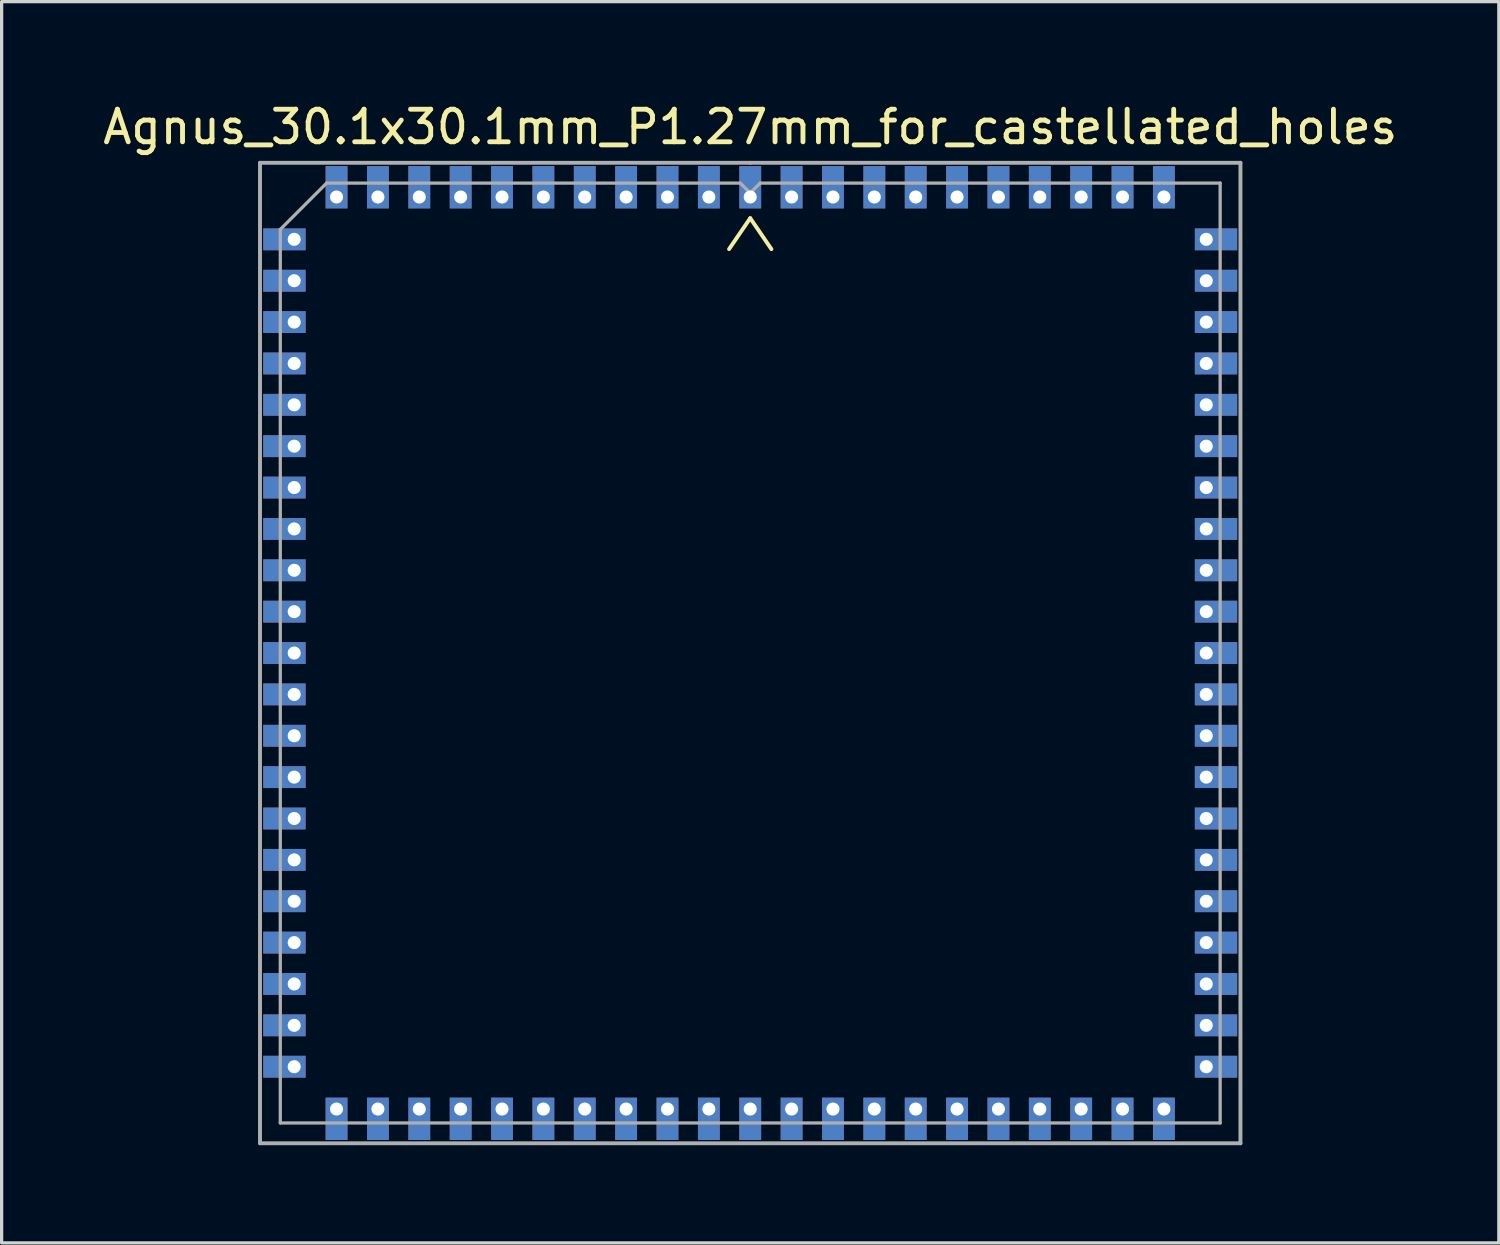
<source format=kicad_pcb>
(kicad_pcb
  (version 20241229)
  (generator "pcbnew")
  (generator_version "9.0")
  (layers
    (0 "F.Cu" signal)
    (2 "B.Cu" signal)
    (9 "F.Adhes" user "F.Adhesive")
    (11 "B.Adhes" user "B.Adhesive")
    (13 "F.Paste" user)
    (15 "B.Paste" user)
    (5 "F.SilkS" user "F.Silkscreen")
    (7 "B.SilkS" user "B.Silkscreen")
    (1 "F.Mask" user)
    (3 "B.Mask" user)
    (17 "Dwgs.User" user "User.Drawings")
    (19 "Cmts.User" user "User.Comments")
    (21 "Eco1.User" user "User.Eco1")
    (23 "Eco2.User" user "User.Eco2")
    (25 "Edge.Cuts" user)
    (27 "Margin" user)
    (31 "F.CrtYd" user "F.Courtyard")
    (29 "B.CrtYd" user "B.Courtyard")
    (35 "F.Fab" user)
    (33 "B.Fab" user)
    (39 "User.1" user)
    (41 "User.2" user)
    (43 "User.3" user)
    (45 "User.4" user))
  (footprint "Agnus_30.1x30.1mm_P1.27mm_for_castellated_holes"
    (layer "F.Cu")
    (at 19.982 16.998)
    (property "Reference" "Agnus_30.1x30.1mm_P1.27mm_for_castellated_holes" (at 0 -16.15 0) (layer "F.SilkS") (effects (font (size 1 1) (thickness 0.15))))
    (attr smd)
    (fp_line (start -0.65 -12.4) (end 0 -13.35) (stroke (width 0.12) (type solid)) (layer "F.SilkS"))
    (fp_line (start 0.65 -12.4) (end 0 -13.35) (stroke (width 0.12) (type solid)) (layer "F.SilkS"))
    (fp_line (start -15.05 -15.05) (end 0 -15.05) (stroke (width 0.12) (type solid)) (layer "F.Fab"))
    (fp_line (start -15.05 15.05) (end -15.05 -15.05) (stroke (width 0.12) (type solid)) (layer "F.Fab"))
    (fp_line (start -14.427 -13.005) (end -13.005 -14.427) (stroke (width 0.1) (type solid)) (layer "F.Fab"))
    (fp_line (start -14.427 14.427) (end -14.427 -13.005) (stroke (width 0.1) (type solid)) (layer "F.Fab"))
    (fp_line (start -13.005 -14.427) (end -0.305 -14.427) (stroke (width 0.1) (type solid)) (layer "F.Fab"))
    (fp_line (start -0.305 -14.427) (end 0 -14.122) (stroke (width 0.1) (type solid)) (layer "F.Fab"))
    (fp_line (start 0 -15.05) (end 15.05 -15.05) (stroke (width 0.12) (type solid)) (layer "F.Fab"))
    (fp_line (start 0.305 -14.427) (end 0 -14.122) (stroke (width 0.1) (type solid)) (layer "F.Fab"))
    (fp_line (start 0.305 -14.427) (end 14.427 -14.427) (stroke (width 0.1) (type solid)) (layer "F.Fab"))
    (fp_line (start 14.427 -14.427) (end 14.427 14.427) (stroke (width 0.1) (type solid)) (layer "F.Fab"))
    (fp_line (start 14.427 14.427) (end -14.427 14.427) (stroke (width 0.1) (type solid)) (layer "F.Fab"))
    (fp_line (start 15.05 -15.05) (end 15.05 15.05) (stroke (width 0.12) (type solid)) (layer "F.Fab"))
    (fp_line (start 15.05 15.05) (end -15.05 15.05) (stroke (width 0.12) (type solid)) (layer "F.Fab"))
    (pad "1" thru_hole rect (at 0 -14) (size 0.67 1.3) (drill 0.4 (offset 0 -0.3)) (layers "*.Cu" "*.Mask"))
    (pad "2" thru_hole rect (at -1.27 -14) (size 0.67 1.3) (drill 0.4 (offset 0 -0.3)) (layers "*.Cu" "*.Mask"))
    (pad "3" thru_hole rect (at -2.54 -14) (size 0.67 1.3) (drill 0.4 (offset 0 -0.3)) (layers "*.Cu" "*.Mask"))
    (pad "4" thru_hole rect (at -3.81 -14) (size 0.67 1.3) (drill 0.4 (offset 0 -0.3)) (layers "*.Cu" "*.Mask"))
    (pad "5" thru_hole rect (at -5.08 -14) (size 0.67 1.3) (drill 0.4 (offset 0 -0.3)) (layers "*.Cu" "*.Mask"))
    (pad "6" thru_hole rect (at -6.35 -14) (size 0.67 1.3) (drill 0.4 (offset 0 -0.3)) (layers "*.Cu" "*.Mask"))
    (pad "7" thru_hole rect (at -7.62 -14) (size 0.67 1.3) (drill 0.4 (offset 0 -0.3)) (layers "*.Cu" "*.Mask"))
    (pad "8" thru_hole rect (at -8.89 -14) (size 0.67 1.3) (drill 0.4 (offset 0 -0.3)) (layers "*.Cu" "*.Mask"))
    (pad "9" thru_hole rect (at -10.16 -14) (size 0.67 1.3) (drill 0.4 (offset 0 -0.3)) (layers "*.Cu" "*.Mask"))
    (pad "10" thru_hole rect (at -11.43 -14) (size 0.67 1.3) (drill 0.4 (offset 0 -0.3)) (layers "*.Cu" "*.Mask"))
    (pad "11" thru_hole rect (at -12.7 -14) (size 0.67 1.3) (drill 0.4 (offset 0 -0.3)) (layers "*.Cu" "*.Mask"))
    (pad "12" thru_hole rect (at -14 -12.7) (size 1.3 0.67) (drill 0.4 (offset -0.3 0)) (layers "*.Cu" "*.Mask"))
    (pad "13" thru_hole rect (at -14 -11.43) (size 1.3 0.67) (drill 0.4 (offset -0.3 0)) (layers "*.Cu" "*.Mask"))
    (pad "14" thru_hole rect (at -14 -10.16) (size 1.3 0.67) (drill 0.4 (offset -0.3 0)) (layers "*.Cu" "*.Mask"))
    (pad "15" thru_hole rect (at -14 -8.89) (size 1.3 0.67) (drill 0.4 (offset -0.3 0)) (layers "*.Cu" "*.Mask"))
    (pad "16" thru_hole rect (at -14 -7.62) (size 1.3 0.67) (drill 0.4 (offset -0.3 0)) (layers "*.Cu" "*.Mask"))
    (pad "17" thru_hole rect (at -14 -6.35) (size 1.3 0.67) (drill 0.4 (offset -0.3 0)) (layers "*.Cu" "*.Mask"))
    (pad "18" thru_hole rect (at -14 -5.08) (size 1.3 0.67) (drill 0.4 (offset -0.3 0)) (layers "*.Cu" "*.Mask"))
    (pad "19" thru_hole rect (at -14 -3.81) (size 1.3 0.67) (drill 0.4 (offset -0.3 0)) (layers "*.Cu" "*.Mask"))
    (pad "20" thru_hole rect (at -14 -2.54) (size 1.3 0.67) (drill 0.4 (offset -0.3 0)) (layers "*.Cu" "*.Mask"))
    (pad "21" thru_hole rect (at -14 -1.27) (size 1.3 0.67) (drill 0.4 (offset -0.3 0)) (layers "*.Cu" "*.Mask"))
    (pad "22" thru_hole rect (at -14 0) (size 1.3 0.67) (drill 0.4 (offset -0.3 0)) (layers "*.Cu" "*.Mask"))
    (pad "23" thru_hole rect (at -14 1.27) (size 1.3 0.67) (drill 0.4 (offset -0.3 0)) (layers "*.Cu" "*.Mask"))
    (pad "24" thru_hole rect (at -14 2.54) (size 1.3 0.67) (drill 0.4 (offset -0.3 0)) (layers "*.Cu" "*.Mask"))
    (pad "25" thru_hole rect (at -14 3.81) (size 1.3 0.67) (drill 0.4 (offset -0.3 0)) (layers "*.Cu" "*.Mask"))
    (pad "26" thru_hole rect (at -14 5.08) (size 1.3 0.67) (drill 0.4 (offset -0.3 0)) (layers "*.Cu" "*.Mask"))
    (pad "27" thru_hole rect (at -14 6.35) (size 1.3 0.67) (drill 0.4 (offset -0.3 0)) (layers "*.Cu" "*.Mask"))
    (pad "28" thru_hole rect (at -14 7.62) (size 1.3 0.67) (drill 0.4 (offset -0.3 0)) (layers "*.Cu" "*.Mask"))
    (pad "29" thru_hole rect (at -14 8.89) (size 1.3 0.67) (drill 0.4 (offset -0.3 0)) (layers "*.Cu" "*.Mask"))
    (pad "30" thru_hole rect (at -14 10.16) (size 1.3 0.67) (drill 0.4 (offset -0.3 0)) (layers "*.Cu" "*.Mask"))
    (pad "31" thru_hole rect (at -14 11.43) (size 1.3 0.67) (drill 0.4 (offset -0.3 0)) (layers "*.Cu" "*.Mask"))
    (pad "32" thru_hole rect (at -14 12.7) (size 1.3 0.67) (drill 0.4 (offset -0.3 0)) (layers "*.Cu" "*.Mask"))
    (pad "33" thru_hole rect (at -12.7 14) (size 0.67 1.3) (drill 0.4 (offset 0 0.3)) (layers "*.Cu" "*.Mask"))
    (pad "34" thru_hole rect (at -11.43 14) (size 0.67 1.3) (drill 0.4 (offset 0 0.3)) (layers "*.Cu" "*.Mask"))
    (pad "35" thru_hole rect (at -10.16 14) (size 0.67 1.3) (drill 0.4 (offset 0 0.3)) (layers "*.Cu" "*.Mask"))
    (pad "36" thru_hole rect (at -8.89 14) (size 0.67 1.3) (drill 0.4 (offset 0 0.3)) (layers "*.Cu" "*.Mask"))
    (pad "37" thru_hole rect (at -7.62 14) (size 0.67 1.3) (drill 0.4 (offset 0 0.3)) (layers "*.Cu" "*.Mask"))
    (pad "38" thru_hole rect (at -6.35 14) (size 0.67 1.3) (drill 0.4 (offset 0 0.3)) (layers "*.Cu" "*.Mask"))
    (pad "39" thru_hole rect (at -5.08 14) (size 0.67 1.3) (drill 0.4 (offset 0 0.3)) (layers "*.Cu" "*.Mask"))
    (pad "40" thru_hole rect (at -3.81 14) (size 0.67 1.3) (drill 0.4 (offset 0 0.3)) (layers "*.Cu" "*.Mask"))
    (pad "41" thru_hole rect (at -2.54 14) (size 0.67 1.3) (drill 0.4 (offset 0 0.3)) (layers "*.Cu" "*.Mask"))
    (pad "42" thru_hole rect (at -1.27 14) (size 0.67 1.3) (drill 0.4 (offset 0 0.3)) (layers "*.Cu" "*.Mask"))
    (pad "43" thru_hole rect (at 0 14) (size 0.67 1.3) (drill 0.4 (offset 0 0.3)) (layers "*.Cu" "*.Mask"))
    (pad "44" thru_hole rect (at 1.27 14) (size 0.67 1.3) (drill 0.4 (offset 0 0.3)) (layers "*.Cu" "*.Mask"))
    (pad "45" thru_hole rect (at 2.54 14) (size 0.67 1.3) (drill 0.4 (offset 0 0.3)) (layers "*.Cu" "*.Mask"))
    (pad "46" thru_hole rect (at 3.81 14) (size 0.67 1.3) (drill 0.4 (offset 0 0.3)) (layers "*.Cu" "*.Mask"))
    (pad "47" thru_hole rect (at 5.08 14) (size 0.67 1.3) (drill 0.4 (offset 0 0.3)) (layers "*.Cu" "*.Mask"))
    (pad "48" thru_hole rect (at 6.35 14) (size 0.67 1.3) (drill 0.4 (offset 0 0.3)) (layers "*.Cu" "*.Mask"))
    (pad "49" thru_hole rect (at 7.62 14) (size 0.67 1.3) (drill 0.4 (offset 0 0.3)) (layers "*.Cu" "*.Mask"))
    (pad "50" thru_hole rect (at 8.89 14) (size 0.67 1.3) (drill 0.4 (offset 0 0.3)) (layers "*.Cu" "*.Mask"))
    (pad "51" thru_hole rect (at 10.16 14) (size 0.67 1.3) (drill 0.4 (offset 0 0.3)) (layers "*.Cu" "*.Mask"))
    (pad "52" thru_hole rect (at 11.43 14) (size 0.67 1.3) (drill 0.4 (offset 0 0.3)) (layers "*.Cu" "*.Mask"))
    (pad "53" thru_hole rect (at 12.7 14) (size 0.67 1.3) (drill 0.4 (offset 0 0.3)) (layers "*.Cu" "*.Mask"))
    (pad "54" thru_hole rect (at 14 12.7) (size 1.3 0.67) (drill 0.4 (offset 0.3 0)) (layers "*.Cu" "*.Mask"))
    (pad "55" thru_hole rect (at 14 11.43) (size 1.3 0.67) (drill 0.4 (offset 0.3 0)) (layers "*.Cu" "*.Mask"))
    (pad "56" thru_hole rect (at 14 10.16) (size 1.3 0.67) (drill 0.4 (offset 0.3 0)) (layers "*.Cu" "*.Mask"))
    (pad "57" thru_hole rect (at 14 8.89) (size 1.3 0.67) (drill 0.4 (offset 0.3 0)) (layers "*.Cu" "*.Mask"))
    (pad "58" thru_hole rect (at 14 7.62) (size 1.3 0.67) (drill 0.4 (offset 0.3 0)) (layers "*.Cu" "*.Mask"))
    (pad "59" thru_hole rect (at 14 6.35) (size 1.3 0.67) (drill 0.4 (offset 0.3 0)) (layers "*.Cu" "*.Mask"))
    (pad "60" thru_hole rect (at 14 5.08) (size 1.3 0.67) (drill 0.4 (offset 0.3 0)) (layers "*.Cu" "*.Mask"))
    (pad "61" thru_hole rect (at 14 3.81) (size 1.3 0.67) (drill 0.4 (offset 0.3 0)) (layers "*.Cu" "*.Mask"))
    (pad "62" thru_hole rect (at 14 2.54) (size 1.3 0.67) (drill 0.4 (offset 0.3 0)) (layers "*.Cu" "*.Mask"))
    (pad "63" thru_hole rect (at 14 1.27) (size 1.3 0.67) (drill 0.4 (offset 0.3 0)) (layers "*.Cu" "*.Mask"))
    (pad "64" thru_hole rect (at 14 0) (size 1.3 0.67) (drill 0.4 (offset 0.3 0)) (layers "*.Cu" "*.Mask"))
    (pad "65" thru_hole rect (at 14 -1.27) (size 1.3 0.67) (drill 0.4 (offset 0.3 0)) (layers "*.Cu" "*.Mask"))
    (pad "66" thru_hole rect (at 14 -2.54) (size 1.3 0.67) (drill 0.4 (offset 0.3 0)) (layers "*.Cu" "*.Mask"))
    (pad "67" thru_hole rect (at 14 -3.81) (size 1.3 0.67) (drill 0.4 (offset 0.3 0)) (layers "*.Cu" "*.Mask"))
    (pad "68" thru_hole rect (at 14 -5.08) (size 1.3 0.67) (drill 0.4 (offset 0.3 0)) (layers "*.Cu" "*.Mask"))
    (pad "69" thru_hole rect (at 14 -6.35) (size 1.3 0.67) (drill 0.4 (offset 0.3 0)) (layers "*.Cu" "*.Mask"))
    (pad "70" thru_hole rect (at 14 -7.62) (size 1.3 0.67) (drill 0.4 (offset 0.3 0)) (layers "*.Cu" "*.Mask"))
    (pad "71" thru_hole rect (at 14 -8.89) (size 1.3 0.67) (drill 0.4 (offset 0.3 0)) (layers "*.Cu" "*.Mask"))
    (pad "72" thru_hole rect (at 14 -10.16) (size 1.3 0.67) (drill 0.4 (offset 0.3 0)) (layers "*.Cu" "*.Mask"))
    (pad "73" thru_hole rect (at 14 -11.43) (size 1.3 0.67) (drill 0.4 (offset 0.3 0)) (layers "*.Cu" "*.Mask"))
    (pad "74" thru_hole rect (at 14 -12.7) (size 1.3 0.67) (drill 0.4 (offset 0.3 0)) (layers "*.Cu" "*.Mask"))
    (pad "75" thru_hole rect (at 12.7 -14) (size 0.67 1.3) (drill 0.4 (offset 0 -0.3)) (layers "*.Cu" "*.Mask"))
    (pad "76" thru_hole rect (at 11.43 -14) (size 0.67 1.3) (drill 0.4 (offset 0 -0.3)) (layers "*.Cu" "*.Mask"))
    (pad "77" thru_hole rect (at 10.16 -14) (size 0.67 1.3) (drill 0.4 (offset 0 -0.3)) (layers "*.Cu" "*.Mask"))
    (pad "78" thru_hole rect (at 8.89 -14) (size 0.67 1.3) (drill 0.4 (offset 0 -0.3)) (layers "*.Cu" "*.Mask"))
    (pad "79" thru_hole rect (at 7.62 -14) (size 0.67 1.3) (drill 0.4 (offset 0 -0.3)) (layers "*.Cu" "*.Mask"))
    (pad "80" thru_hole rect (at 6.35 -14) (size 0.67 1.3) (drill 0.4 (offset 0 -0.3)) (layers "*.Cu" "*.Mask"))
    (pad "81" thru_hole rect (at 5.08 -14) (size 0.67 1.3) (drill 0.4 (offset 0 -0.3)) (layers "*.Cu" "*.Mask"))
    (pad "82" thru_hole rect (at 3.81 -14) (size 0.67 1.3) (drill 0.4 (offset 0 -0.3)) (layers "*.Cu" "*.Mask"))
    (pad "83" thru_hole rect (at 2.54 -14) (size 0.67 1.3) (drill 0.4 (offset 0 -0.3)) (layers "*.Cu" "*.Mask"))
    (pad "84" thru_hole rect (at 1.27 -14) (size 0.67 1.3) (drill 0.4 (offset 0 -0.3)) (layers "*.Cu" "*.Mask")))
  (gr_rect
    (start -3 -3)
    (end 42.964 35.108)
    (stroke (width 0.1) (type default))
    (fill no)
    (layer "Edge.Cuts")))
</source>
